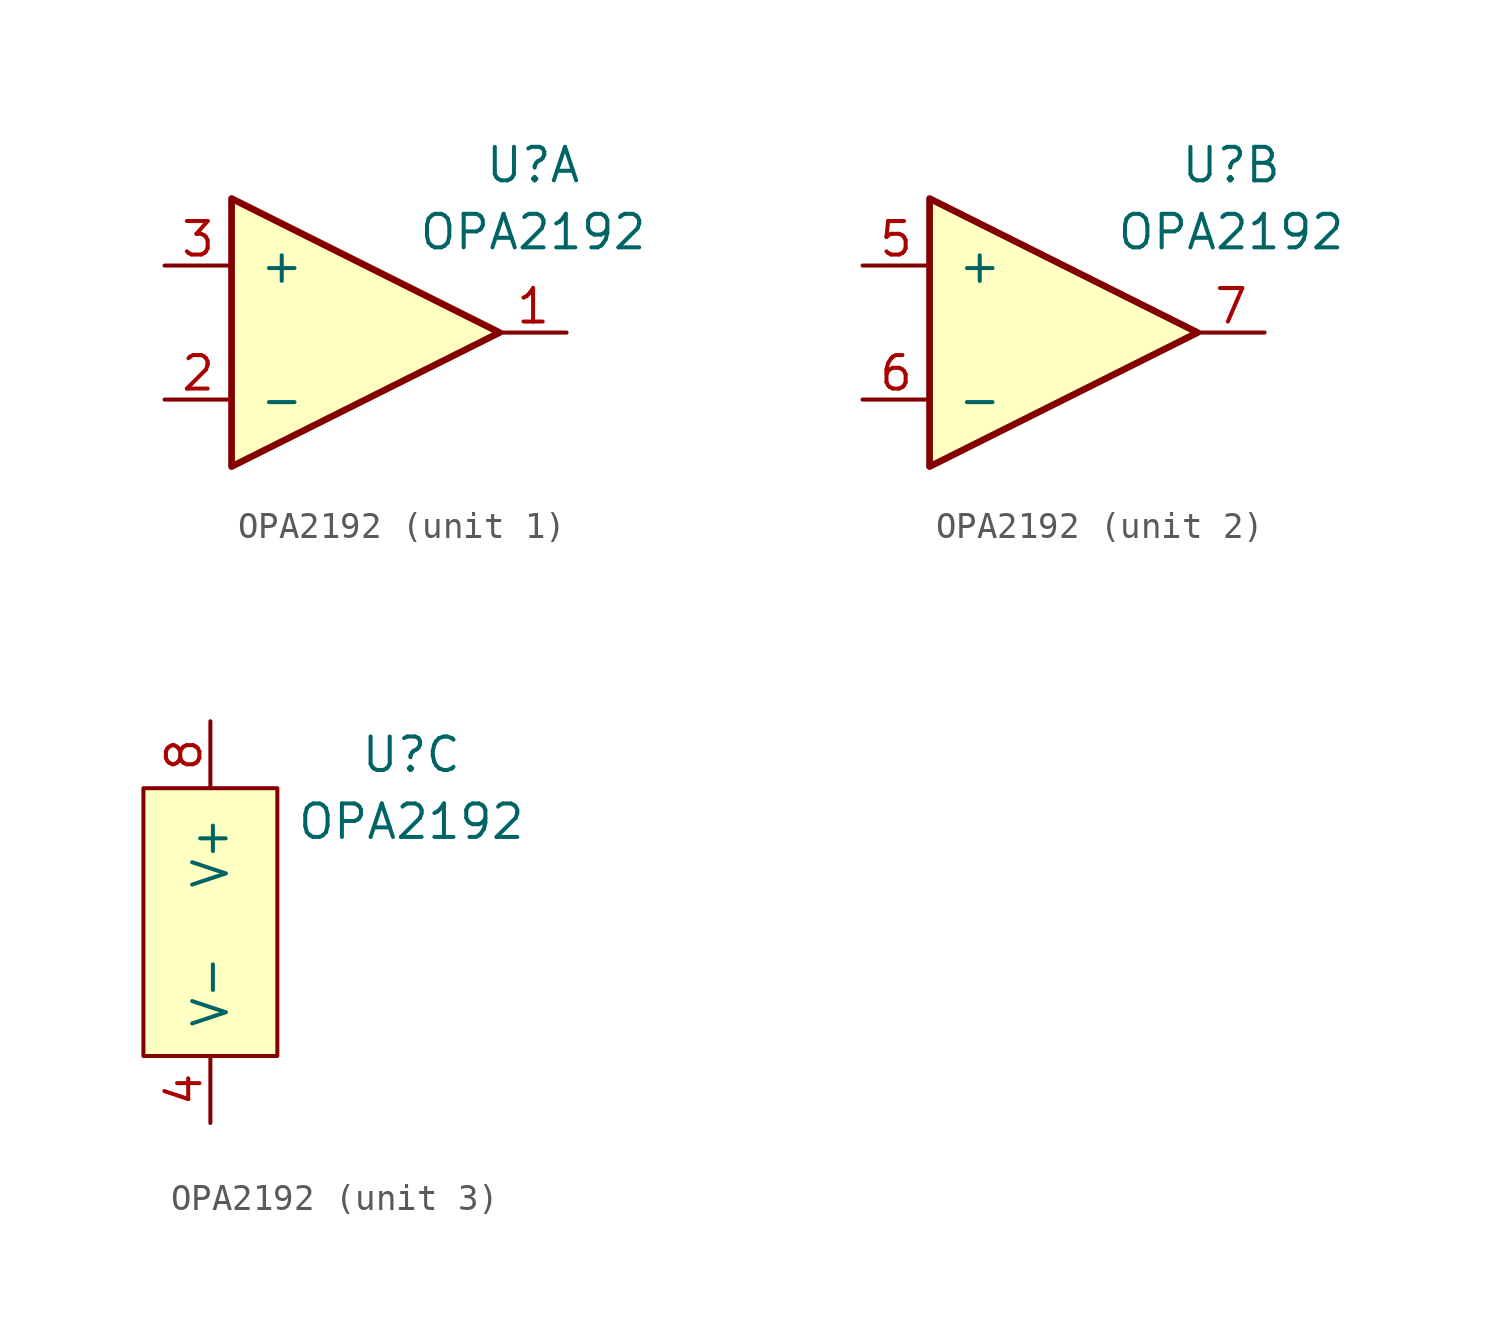
<source format=kicad_sym>
(kicad_symbol_lib
  (version 20220914)
  (generator kicad_symbol_editor)
  (symbol "OPA2192"
    (pin_names
      (offset 1.016))
    (property "Reference" "U"
      (at 7.62 6.35 0)
      (effects (font (size 1.27 1.27))))
    (property "Value" "OPA2192"
      (at 7.62 3.81 0)
      (effects (font (size 1.27 1.27))))
    (symbol "OPA2192_1_1"
      (polyline (pts (xy -3.81 5.08) (xy 6.35 0) (xy -3.81 -5.08) (xy -3.81 5.08)) (stroke (width 0.254) (type default)) (fill (type background)))
      (pin output line (at 8.89 0 180) (length 2.54) (name "~" (effects (font (size 1.27 1.27)))) (number "1" (effects (font (size 1.27 1.27)))))
      (pin input line (at -6.35 -2.54 0) (length 2.54) (name "-" (effects (font (size 1.27 1.27)))) (number "2" (effects (font (size 1.27 1.27)))))
      (pin input line (at -6.35 2.54 0) (length 2.54) (name "+" (effects (font (size 1.27 1.27)))) (number "3" (effects (font (size 1.27 1.27))))))
    (symbol "OPA2192_2_1"
      (polyline (pts (xy -3.81 5.08) (xy 6.35 0) (xy -3.81 -5.08) (xy -3.81 5.08)) (stroke (width 0.254) (type default)) (fill (type background)))
      (pin input line (at -6.35 2.54 0) (length 2.54) (name "+" (effects (font (size 1.27 1.27)))) (number "5" (effects (font (size 1.27 1.27)))))
      (pin input line (at -6.35 -2.54 0) (length 2.54) (name "-" (effects (font (size 1.27 1.27)))) (number "6" (effects (font (size 1.27 1.27)))))
      (pin output line (at 8.89 0 180) (length 2.54) (name "~" (effects (font (size 1.27 1.27)))) (number "7" (effects (font (size 1.27 1.27))))))
    (symbol "OPA2192_3_1"
      (rectangle (start -2.54 5.08) (end 2.54 -5.08) (stroke (width 0) (type default)) (fill (type background)))
      (pin passive line (at 0 -7.62 90) (length 2.54) (name "V-" (effects (font (size 1.27 1.27)))) (number "4" (effects (font (size 1.27 1.27)))))
      (pin passive line (at 0 7.62 270) (length 2.54) (name "V+" (effects (font (size 1.27 1.27)))) (number "8" (effects (font (size 1.27 1.27))))))))
</source>
